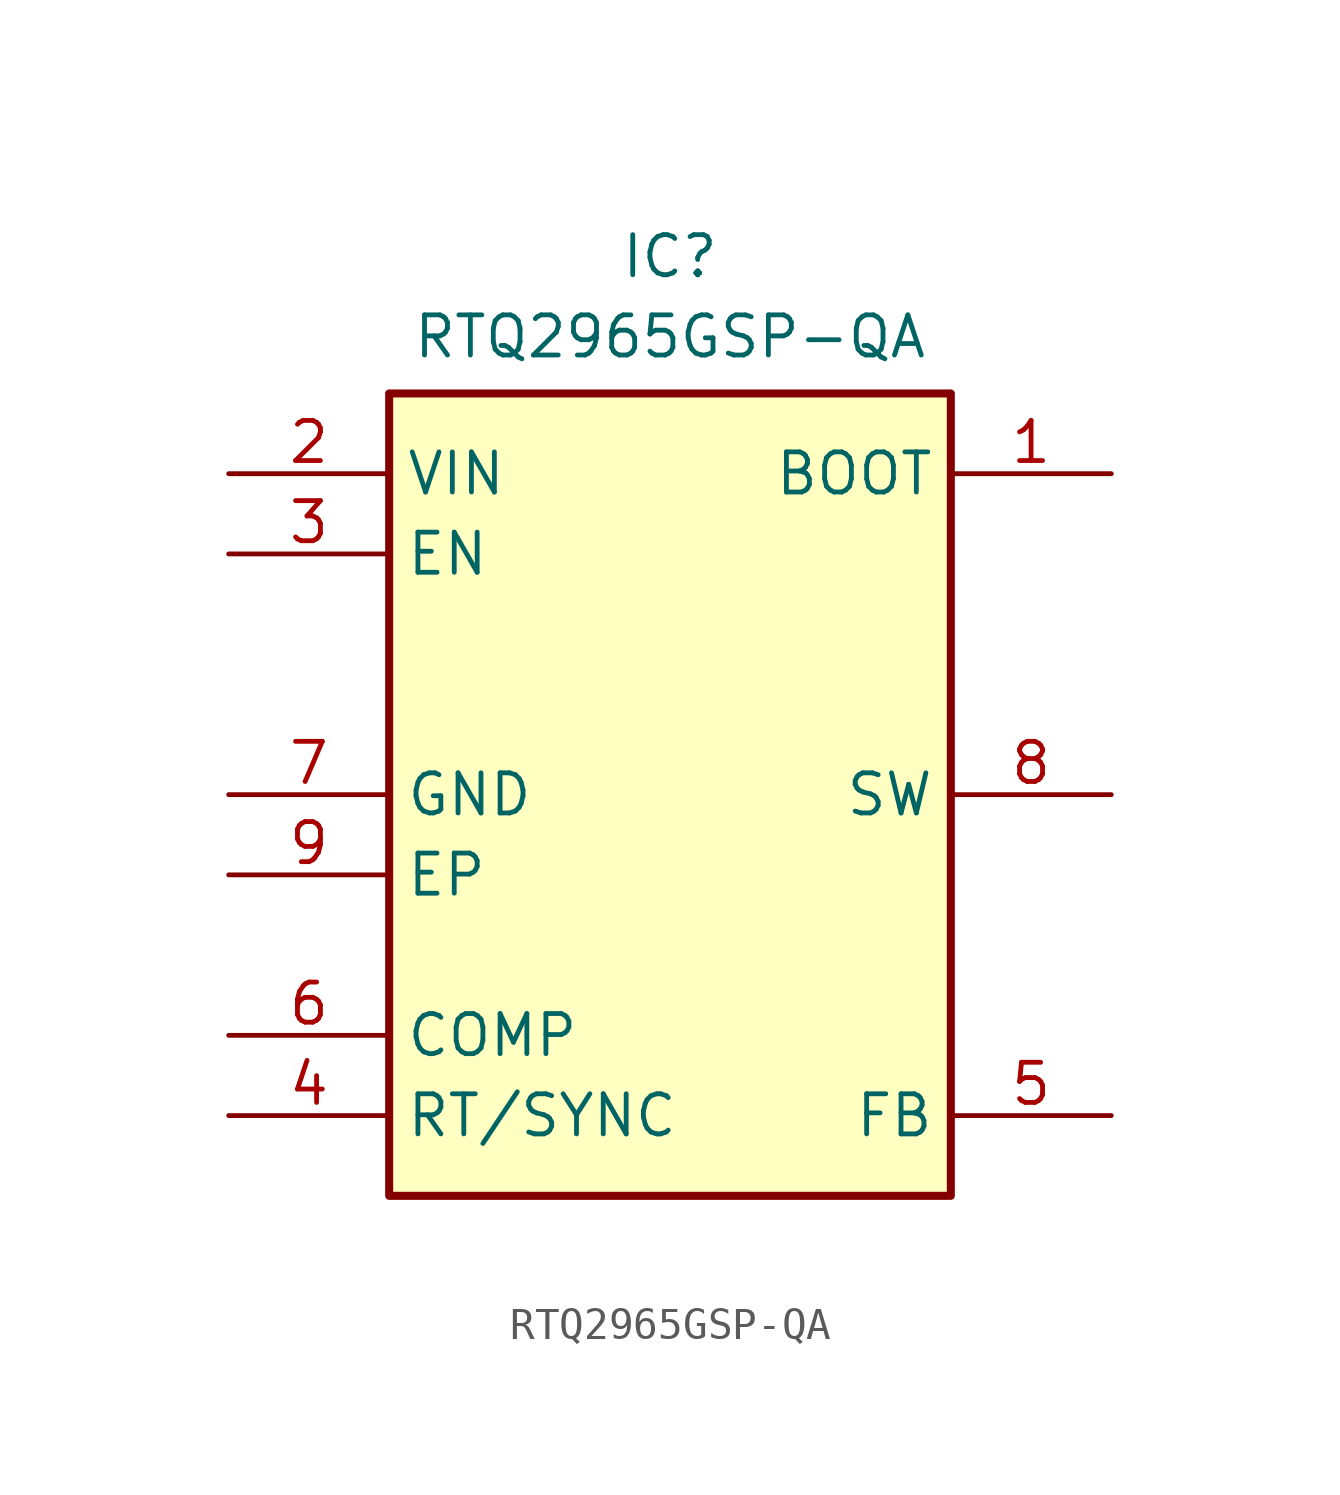
<source format=kicad_sym>
(kicad_symbol_lib
  (version 20220914)
  (generator kicad_symbol_editor)
  (symbol "RTQ2965GSP-QA"
    (property "Reference" "IC"
      (at 0 17.78 0)
      (effects (font (size 1.27 1.27)) (justify top)))
    (property "Value" "RTQ2965GSP-QA"
      (at 0 15.24 0)
      (effects (font (size 1.27 1.27)) (justify top)))
    (symbol "RTQ2965GSP-QA_1_1"
      (rectangle (start -8.89 12.7) (end 8.89 -12.7) (stroke (width 0.254) (type default)) (fill (type background)))
      (pin passive line (at 13.97 10.16 180) (length 5.08) (name "BOOT" (effects (font (size 1.27 1.27)))) (number "1" (effects (font (size 1.27 1.27)))))
      (pin passive line (at -13.97 10.16 0) (length 5.08) (name "VIN" (effects (font (size 1.27 1.27)))) (number "2" (effects (font (size 1.27 1.27)))))
      (pin passive line (at -13.97 7.62 0) (length 5.08) (name "EN" (effects (font (size 1.27 1.27)))) (number "3" (effects (font (size 1.27 1.27)))))
      (pin passive line (at -13.97 -10.16 0) (length 5.08) (name "RT/SYNC" (effects (font (size 1.27 1.27)))) (number "4" (effects (font (size 1.27 1.27)))))
      (pin passive line (at 13.97 -10.16 180) (length 5.08) (name "FB" (effects (font (size 1.27 1.27)))) (number "5" (effects (font (size 1.27 1.27)))))
      (pin passive line (at -13.97 -7.62 0) (length 5.08) (name "COMP" (effects (font (size 1.27 1.27)))) (number "6" (effects (font (size 1.27 1.27)))))
      (pin passive line (at -13.97 0 0) (length 5.08) (name "GND" (effects (font (size 1.27 1.27)))) (number "7" (effects (font (size 1.27 1.27)))))
      (pin passive line (at 13.97 0 180) (length 5.08) (name "SW" (effects (font (size 1.27 1.27)))) (number "8" (effects (font (size 1.27 1.27)))))
      (pin passive line (at -13.97 -2.54 0) (length 5.08) (name "EP" (effects (font (size 1.27 1.27)))) (number "9" (effects (font (size 1.27 1.27))))))))
</source>
